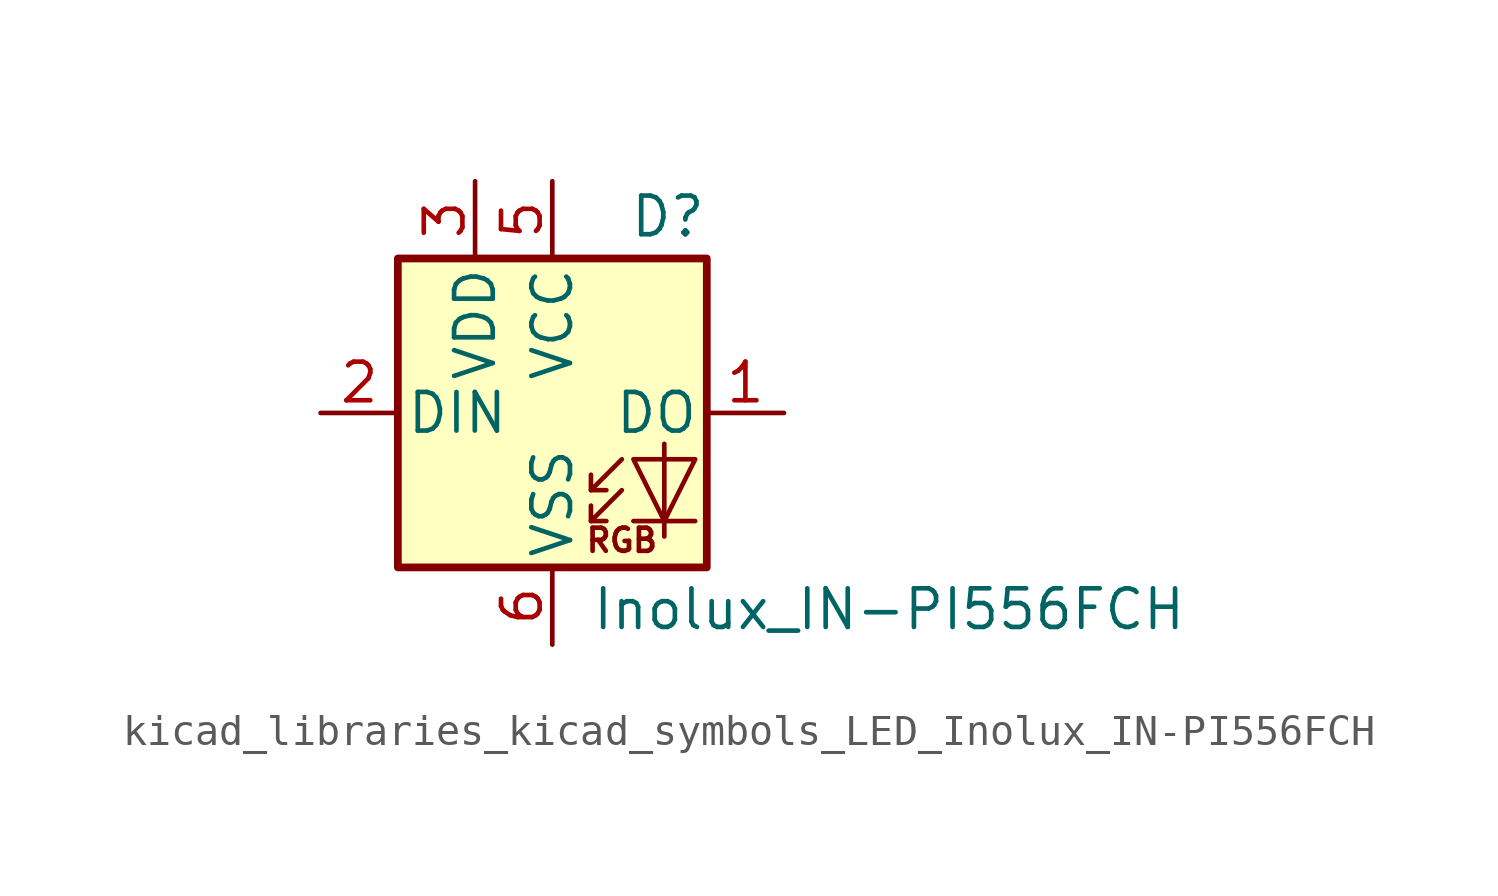
<source format=kicad_sym>
(kicad_symbol_lib
  (version 20220914)
  (generator kicad_symbol_editor)
  (symbol "kicad_libraries_kicad_symbols_LED_Inolux_IN-PI556FCH"
    (pin_names
      (offset 0.254))
    (property "Reference" "D"
      (at 5.08 5.715 0)
      (effects (font (size 1.27 1.27)) (justify right bottom)))
    (property "Value" "Inolux_IN-PI556FCH"
      (at 1.27 -5.715 0)
      (effects (font (size 1.27 1.27)) (justify left top)))
    (symbol "kicad_libraries_kicad_symbols_LED_Inolux_IN-PI556FCH_0_0"
      (text "RGB" (at 2.286 -4.191 0) (effects (font (size 0.762 0.762)))))
    (symbol "kicad_libraries_kicad_symbols_LED_Inolux_IN-PI556FCH_0_1"
      (polyline (pts (xy 1.27 -3.556) (xy 1.778 -3.556)) (stroke (width 0) (type default)) (fill (type none)))
      (polyline (pts (xy 1.27 -2.54) (xy 1.778 -2.54)) (stroke (width 0) (type default)) (fill (type none)))
      (polyline (pts (xy 4.699 -3.556) (xy 2.667 -3.556)) (stroke (width 0) (type default)) (fill (type none)))
      (polyline (pts (xy 2.286 -2.54) (xy 1.27 -3.556) (xy 1.27 -3.048)) (stroke (width 0) (type default)) (fill (type none)))
      (polyline (pts (xy 2.286 -1.524) (xy 1.27 -2.54) (xy 1.27 -2.032)) (stroke (width 0) (type default)) (fill (type none)))
      (polyline (pts (xy 3.683 -1.016) (xy 3.683 -3.556) (xy 3.683 -4.064)) (stroke (width 0) (type default)) (fill (type none)))
      (polyline (pts (xy 4.699 -1.524) (xy 2.667 -1.524) (xy 3.683 -3.556) (xy 4.699 -1.524)) (stroke (width 0) (type default)) (fill (type none)))
      (rectangle (start 5.08 5.08) (end -5.08 -5.08) (stroke (width 0.254) (type default)) (fill (type background))))
    (symbol "kicad_libraries_kicad_symbols_LED_Inolux_IN-PI556FCH_1_1"
      (pin output line (at 7.62 0 180) (length 2.54) (name "DO" (effects (font (size 1.27 1.27)))) (number "1" (effects (font (size 1.27 1.27)))))
      (pin input line (at -7.62 0 0) (length 2.54) (name "DIN" (effects (font (size 1.27 1.27)))) (number "2" (effects (font (size 1.27 1.27)))))
      (pin power_in line (at -2.54 7.62 270) (length 2.54) (name "VDD" (effects (font (size 1.27 1.27)))) (number "3" (effects (font (size 1.27 1.27)))))
      (pin no_connect line (at 5.08 2.54 180) (length 2.54) hide (name "NC" (effects (font (size 1.27 1.27)))) (number "4" (effects (font (size 1.27 1.27)))))
      (pin power_in line (at 0 7.62 270) (length 2.54) (name "VCC" (effects (font (size 1.27 1.27)))) (number "5" (effects (font (size 1.27 1.27)))))
      (pin power_in line (at 0 -7.62 90) (length 2.54) (name "VSS" (effects (font (size 1.27 1.27)))) (number "6" (effects (font (size 1.27 1.27))))))))
</source>
